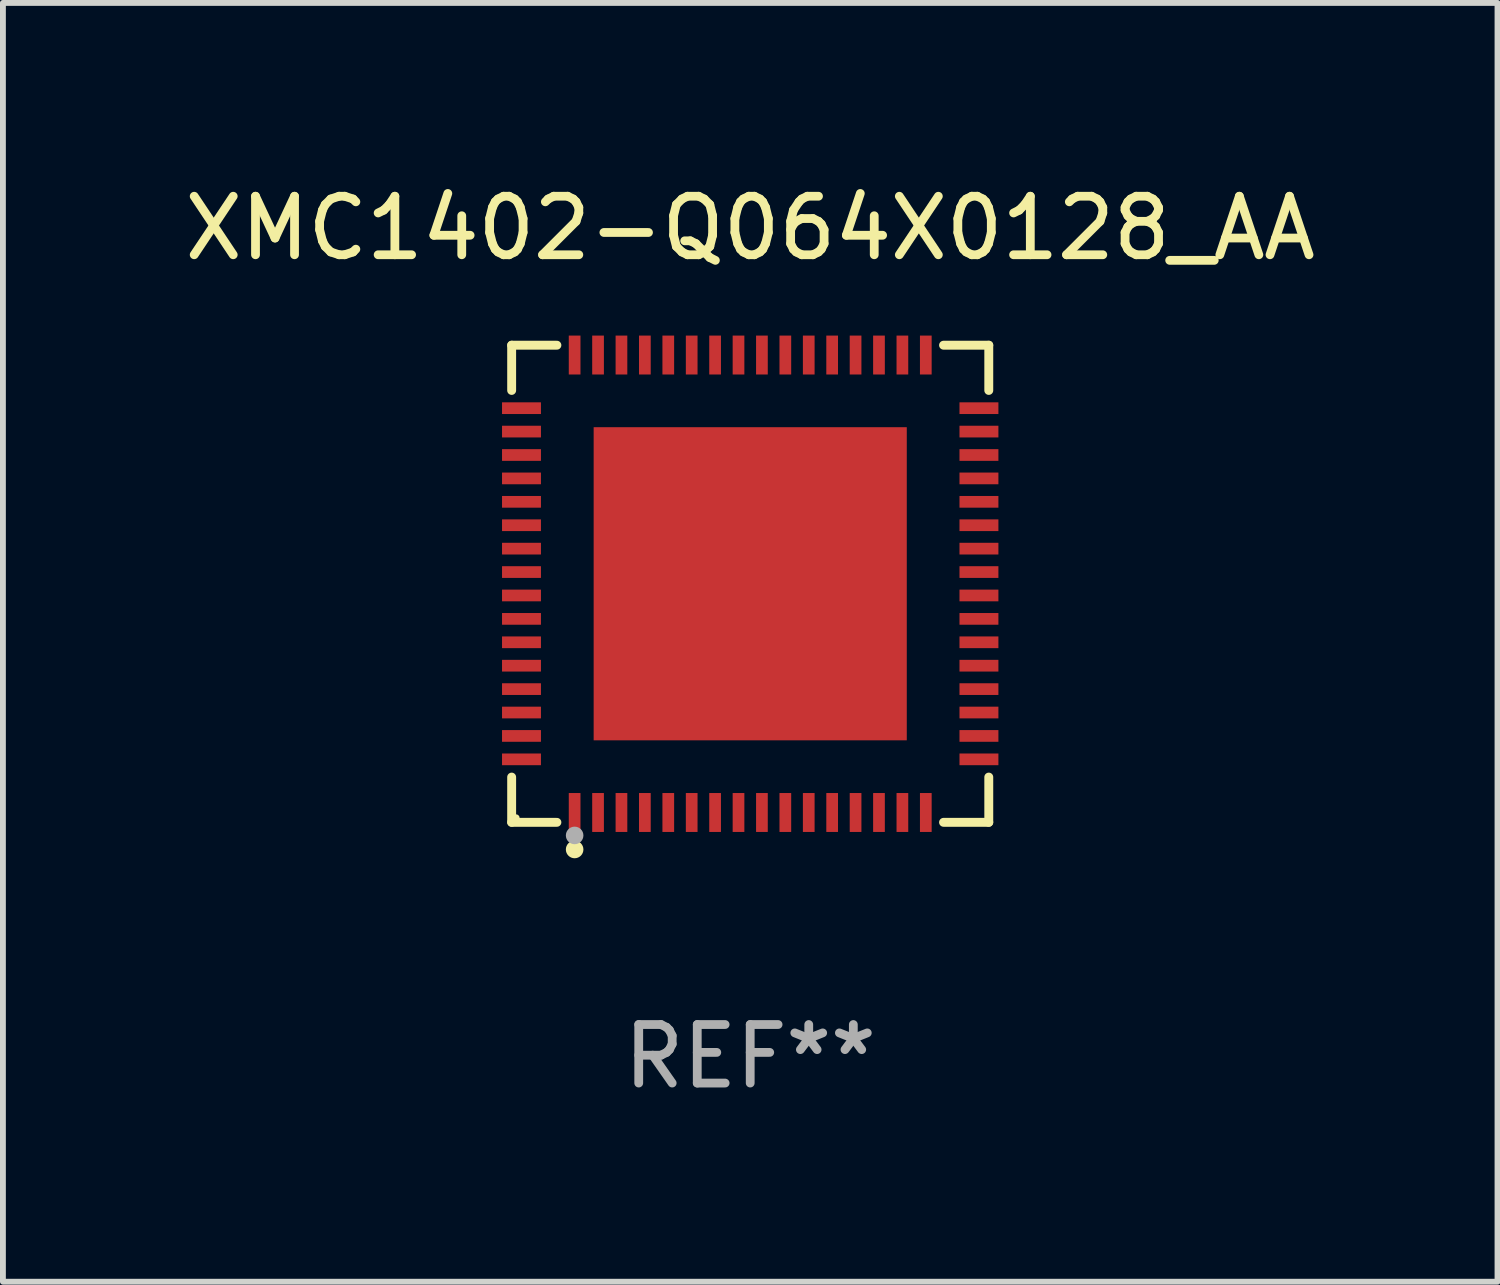
<source format=kicad_pcb>
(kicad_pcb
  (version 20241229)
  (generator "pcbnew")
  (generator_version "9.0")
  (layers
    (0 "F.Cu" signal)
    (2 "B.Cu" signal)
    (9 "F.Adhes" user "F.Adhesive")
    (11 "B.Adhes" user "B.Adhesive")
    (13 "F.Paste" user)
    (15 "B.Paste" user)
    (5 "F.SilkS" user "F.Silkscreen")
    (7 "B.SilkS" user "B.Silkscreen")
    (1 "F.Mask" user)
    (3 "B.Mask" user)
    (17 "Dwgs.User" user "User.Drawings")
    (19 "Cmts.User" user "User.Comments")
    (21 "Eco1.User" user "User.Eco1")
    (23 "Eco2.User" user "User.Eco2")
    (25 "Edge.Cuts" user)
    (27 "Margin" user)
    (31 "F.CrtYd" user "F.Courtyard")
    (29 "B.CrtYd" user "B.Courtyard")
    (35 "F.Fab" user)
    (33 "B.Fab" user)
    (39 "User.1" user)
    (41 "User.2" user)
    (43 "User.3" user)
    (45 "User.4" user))
  (footprint "XMC1402-Q064X0128_AA"
    (layer "F.Cu")
    (at 9.768 6.924)
    (property "Reference" "XMC1402-Q064X0128_AA" (at 0 -6.076 0) (layer "F.SilkS") (effects (font (size 1 1) (thickness 0.15))))
    (attr through_hole)
    (fp_line (start -4.076 -4.076) (end -3.303 -4.076) (stroke (width 0.152) (type solid)) (layer "F.SilkS"))
    (fp_line (start -4.076 -3.303) (end -4.076 -4.076) (stroke (width 0.152) (type solid)) (layer "F.SilkS"))
    (fp_line (start -4.076 3.303) (end -4.076 4.076) (stroke (width 0.152) (type solid)) (layer "F.SilkS"))
    (fp_line (start -4.076 4.076) (end -3.303 4.076) (stroke (width 0.152) (type solid)) (layer "F.SilkS"))
    (fp_line (start 4.076 -4.076) (end 3.303 -4.076) (stroke (width 0.152) (type solid)) (layer "F.SilkS"))
    (fp_line (start 4.076 -3.303) (end 4.076 -4.076) (stroke (width 0.152) (type solid)) (layer "F.SilkS"))
    (fp_line (start 4.076 3.303) (end 4.076 4.076) (stroke (width 0.152) (type solid)) (layer "F.SilkS"))
    (fp_line (start 4.076 4.076) (end 3.303 4.076) (stroke (width 0.152) (type solid)) (layer "F.SilkS"))
    (fp_circle (center -4 4) (end -3.97 4) (stroke (width 0.06) (type solid)) (fill no) (layer "F.SilkS"))
    (fp_circle (center -3 4.54) (end -2.925 4.54) (stroke (width 0.15) (type solid)) (fill no) (layer "F.SilkS"))
    (fp_circle (center -3 4.3) (end -2.925 4.3) (stroke (width 0.15) (type solid)) (fill no) (layer "F.Fab"))
    (fp_text user "REF**" (at 0 8.076 0) (layer "F.Fab") (effects (font (size 1 1) (thickness 0.15))))
    (pad "1" smd rect (at -3 3.908) (size 0.2 0.665) (layers "F.Cu" "F.Mask" "F.Paste"))
    (pad "2" smd rect (at -2.6 3.908) (size 0.2 0.665) (layers "F.Cu" "F.Mask" "F.Paste"))
    (pad "3" smd rect (at -2.2 3.908) (size 0.2 0.665) (layers "F.Cu" "F.Mask" "F.Paste"))
    (pad "4" smd rect (at -1.8 3.908) (size 0.2 0.665) (layers "F.Cu" "F.Mask" "F.Paste"))
    (pad "5" smd rect (at -1.4 3.908) (size 0.2 0.665) (layers "F.Cu" "F.Mask" "F.Paste"))
    (pad "6" smd rect (at -1 3.908) (size 0.2 0.665) (layers "F.Cu" "F.Mask" "F.Paste"))
    (pad "7" smd rect (at -0.6 3.908) (size 0.2 0.665) (layers "F.Cu" "F.Mask" "F.Paste"))
    (pad "8" smd rect (at -0.2 3.908) (size 0.2 0.665) (layers "F.Cu" "F.Mask" "F.Paste"))
    (pad "9" smd rect (at 0.2 3.908) (size 0.2 0.665) (layers "F.Cu" "F.Mask" "F.Paste"))
    (pad "10" smd rect (at 0.6 3.908) (size 0.2 0.665) (layers "F.Cu" "F.Mask" "F.Paste"))
    (pad "11" smd rect (at 1 3.908) (size 0.2 0.665) (layers "F.Cu" "F.Mask" "F.Paste"))
    (pad "12" smd rect (at 1.4 3.908) (size 0.2 0.665) (layers "F.Cu" "F.Mask" "F.Paste"))
    (pad "13" smd rect (at 1.8 3.908) (size 0.2 0.665) (layers "F.Cu" "F.Mask" "F.Paste"))
    (pad "14" smd rect (at 2.2 3.908) (size 0.2 0.665) (layers "F.Cu" "F.Mask" "F.Paste"))
    (pad "15" smd rect (at 2.6 3.908) (size 0.2 0.665) (layers "F.Cu" "F.Mask" "F.Paste"))
    (pad "16" smd rect (at 3 3.908) (size 0.2 0.665) (layers "F.Cu" "F.Mask" "F.Paste"))
    (pad "17" smd rect (at 3.908 3) (size 0.665 0.2) (layers "F.Cu" "F.Mask" "F.Paste"))
    (pad "18" smd rect (at 3.908 2.6) (size 0.665 0.2) (layers "F.Cu" "F.Mask" "F.Paste"))
    (pad "19" smd rect (at 3.908 2.2) (size 0.665 0.2) (layers "F.Cu" "F.Mask" "F.Paste"))
    (pad "20" smd rect (at 3.908 1.8) (size 0.665 0.2) (layers "F.Cu" "F.Mask" "F.Paste"))
    (pad "21" smd rect (at 3.908 1.4) (size 0.665 0.2) (layers "F.Cu" "F.Mask" "F.Paste"))
    (pad "22" smd rect (at 3.908 1) (size 0.665 0.2) (layers "F.Cu" "F.Mask" "F.Paste"))
    (pad "23" smd rect (at 3.908 0.6) (size 0.665 0.2) (layers "F.Cu" "F.Mask" "F.Paste"))
    (pad "24" smd rect (at 3.908 0.2) (size 0.665 0.2) (layers "F.Cu" "F.Mask" "F.Paste"))
    (pad "25" smd rect (at 3.908 -0.2) (size 0.665 0.2) (layers "F.Cu" "F.Mask" "F.Paste"))
    (pad "26" smd rect (at 3.908 -0.6) (size 0.665 0.2) (layers "F.Cu" "F.Mask" "F.Paste"))
    (pad "27" smd rect (at 3.908 -1) (size 0.665 0.2) (layers "F.Cu" "F.Mask" "F.Paste"))
    (pad "28" smd rect (at 3.908 -1.4) (size 0.665 0.2) (layers "F.Cu" "F.Mask" "F.Paste"))
    (pad "29" smd rect (at 3.908 -1.8) (size 0.665 0.2) (layers "F.Cu" "F.Mask" "F.Paste"))
    (pad "30" smd rect (at 3.908 -2.2) (size 0.665 0.2) (layers "F.Cu" "F.Mask" "F.Paste"))
    (pad "31" smd rect (at 3.908 -2.6) (size 0.665 0.2) (layers "F.Cu" "F.Mask" "F.Paste"))
    (pad "32" smd rect (at 3.908 -3) (size 0.665 0.2) (layers "F.Cu" "F.Mask" "F.Paste"))
    (pad "33" smd rect (at 3 -3.908) (size 0.2 0.665) (layers "F.Cu" "F.Mask" "F.Paste"))
    (pad "34" smd rect (at 2.6 -3.908) (size 0.2 0.665) (layers "F.Cu" "F.Mask" "F.Paste"))
    (pad "35" smd rect (at 2.2 -3.908) (size 0.2 0.665) (layers "F.Cu" "F.Mask" "F.Paste"))
    (pad "36" smd rect (at 1.8 -3.908) (size 0.2 0.665) (layers "F.Cu" "F.Mask" "F.Paste"))
    (pad "37" smd rect (at 1.4 -3.908) (size 0.2 0.665) (layers "F.Cu" "F.Mask" "F.Paste"))
    (pad "38" smd rect (at 1 -3.908) (size 0.2 0.665) (layers "F.Cu" "F.Mask" "F.Paste"))
    (pad "39" smd rect (at 0.6 -3.908) (size 0.2 0.665) (layers "F.Cu" "F.Mask" "F.Paste"))
    (pad "40" smd rect (at 0.2 -3.908) (size 0.2 0.665) (layers "F.Cu" "F.Mask" "F.Paste"))
    (pad "41" smd rect (at -0.2 -3.908) (size 0.2 0.665) (layers "F.Cu" "F.Mask" "F.Paste"))
    (pad "42" smd rect (at -0.6 -3.908) (size 0.2 0.665) (layers "F.Cu" "F.Mask" "F.Paste"))
    (pad "43" smd rect (at -1 -3.908) (size 0.2 0.665) (layers "F.Cu" "F.Mask" "F.Paste"))
    (pad "44" smd rect (at -1.4 -3.908) (size 0.2 0.665) (layers "F.Cu" "F.Mask" "F.Paste"))
    (pad "45" smd rect (at -1.8 -3.908) (size 0.2 0.665) (layers "F.Cu" "F.Mask" "F.Paste"))
    (pad "46" smd rect (at -2.2 -3.908) (size 0.2 0.665) (layers "F.Cu" "F.Mask" "F.Paste"))
    (pad "47" smd rect (at -2.6 -3.908) (size 0.2 0.665) (layers "F.Cu" "F.Mask" "F.Paste"))
    (pad "48" smd rect (at -3 -3.908) (size 0.2 0.665) (layers "F.Cu" "F.Mask" "F.Paste"))
    (pad "49" smd rect (at -3.908 -3) (size 0.665 0.2) (layers "F.Cu" "F.Mask" "F.Paste"))
    (pad "50" smd rect (at -3.908 -2.6) (size 0.665 0.2) (layers "F.Cu" "F.Mask" "F.Paste"))
    (pad "51" smd rect (at -3.908 -2.2) (size 0.665 0.2) (layers "F.Cu" "F.Mask" "F.Paste"))
    (pad "52" smd rect (at -3.908 -1.8) (size 0.665 0.2) (layers "F.Cu" "F.Mask" "F.Paste"))
    (pad "53" smd rect (at -3.908 -1.4) (size 0.665 0.2) (layers "F.Cu" "F.Mask" "F.Paste"))
    (pad "54" smd rect (at -3.908 -1) (size 0.665 0.2) (layers "F.Cu" "F.Mask" "F.Paste"))
    (pad "55" smd rect (at -3.908 -0.6) (size 0.665 0.2) (layers "F.Cu" "F.Mask" "F.Paste"))
    (pad "56" smd rect (at -3.908 -0.2) (size 0.665 0.2) (layers "F.Cu" "F.Mask" "F.Paste"))
    (pad "57" smd rect (at -3.908 0.2) (size 0.665 0.2) (layers "F.Cu" "F.Mask" "F.Paste"))
    (pad "58" smd rect (at -3.908 0.6) (size 0.665 0.2) (layers "F.Cu" "F.Mask" "F.Paste"))
    (pad "59" smd rect (at -3.908 1) (size 0.665 0.2) (layers "F.Cu" "F.Mask" "F.Paste"))
    (pad "60" smd rect (at -3.908 1.4) (size 0.665 0.2) (layers "F.Cu" "F.Mask" "F.Paste"))
    (pad "61" smd rect (at -3.908 1.8) (size 0.665 0.2) (layers "F.Cu" "F.Mask" "F.Paste"))
    (pad "62" smd rect (at -3.908 2.2) (size 0.665 0.2) (layers "F.Cu" "F.Mask" "F.Paste"))
    (pad "63" smd rect (at -3.908 2.6) (size 0.665 0.2) (layers "F.Cu" "F.Mask" "F.Paste"))
    (pad "64" smd rect (at -3.908 3) (size 0.665 0.2) (layers "F.Cu" "F.Mask" "F.Paste"))
    (pad "65" smd rect (at 0 0) (size 5.35 5.35) (layers "F.Cu" "F.Mask" "F.Paste")))
  (gr_rect
    (start -3 -3)
    (end 22.536 18.849)
    (stroke (width 0.1) (type default))
    (fill no)
    (layer "Edge.Cuts")))
</source>
